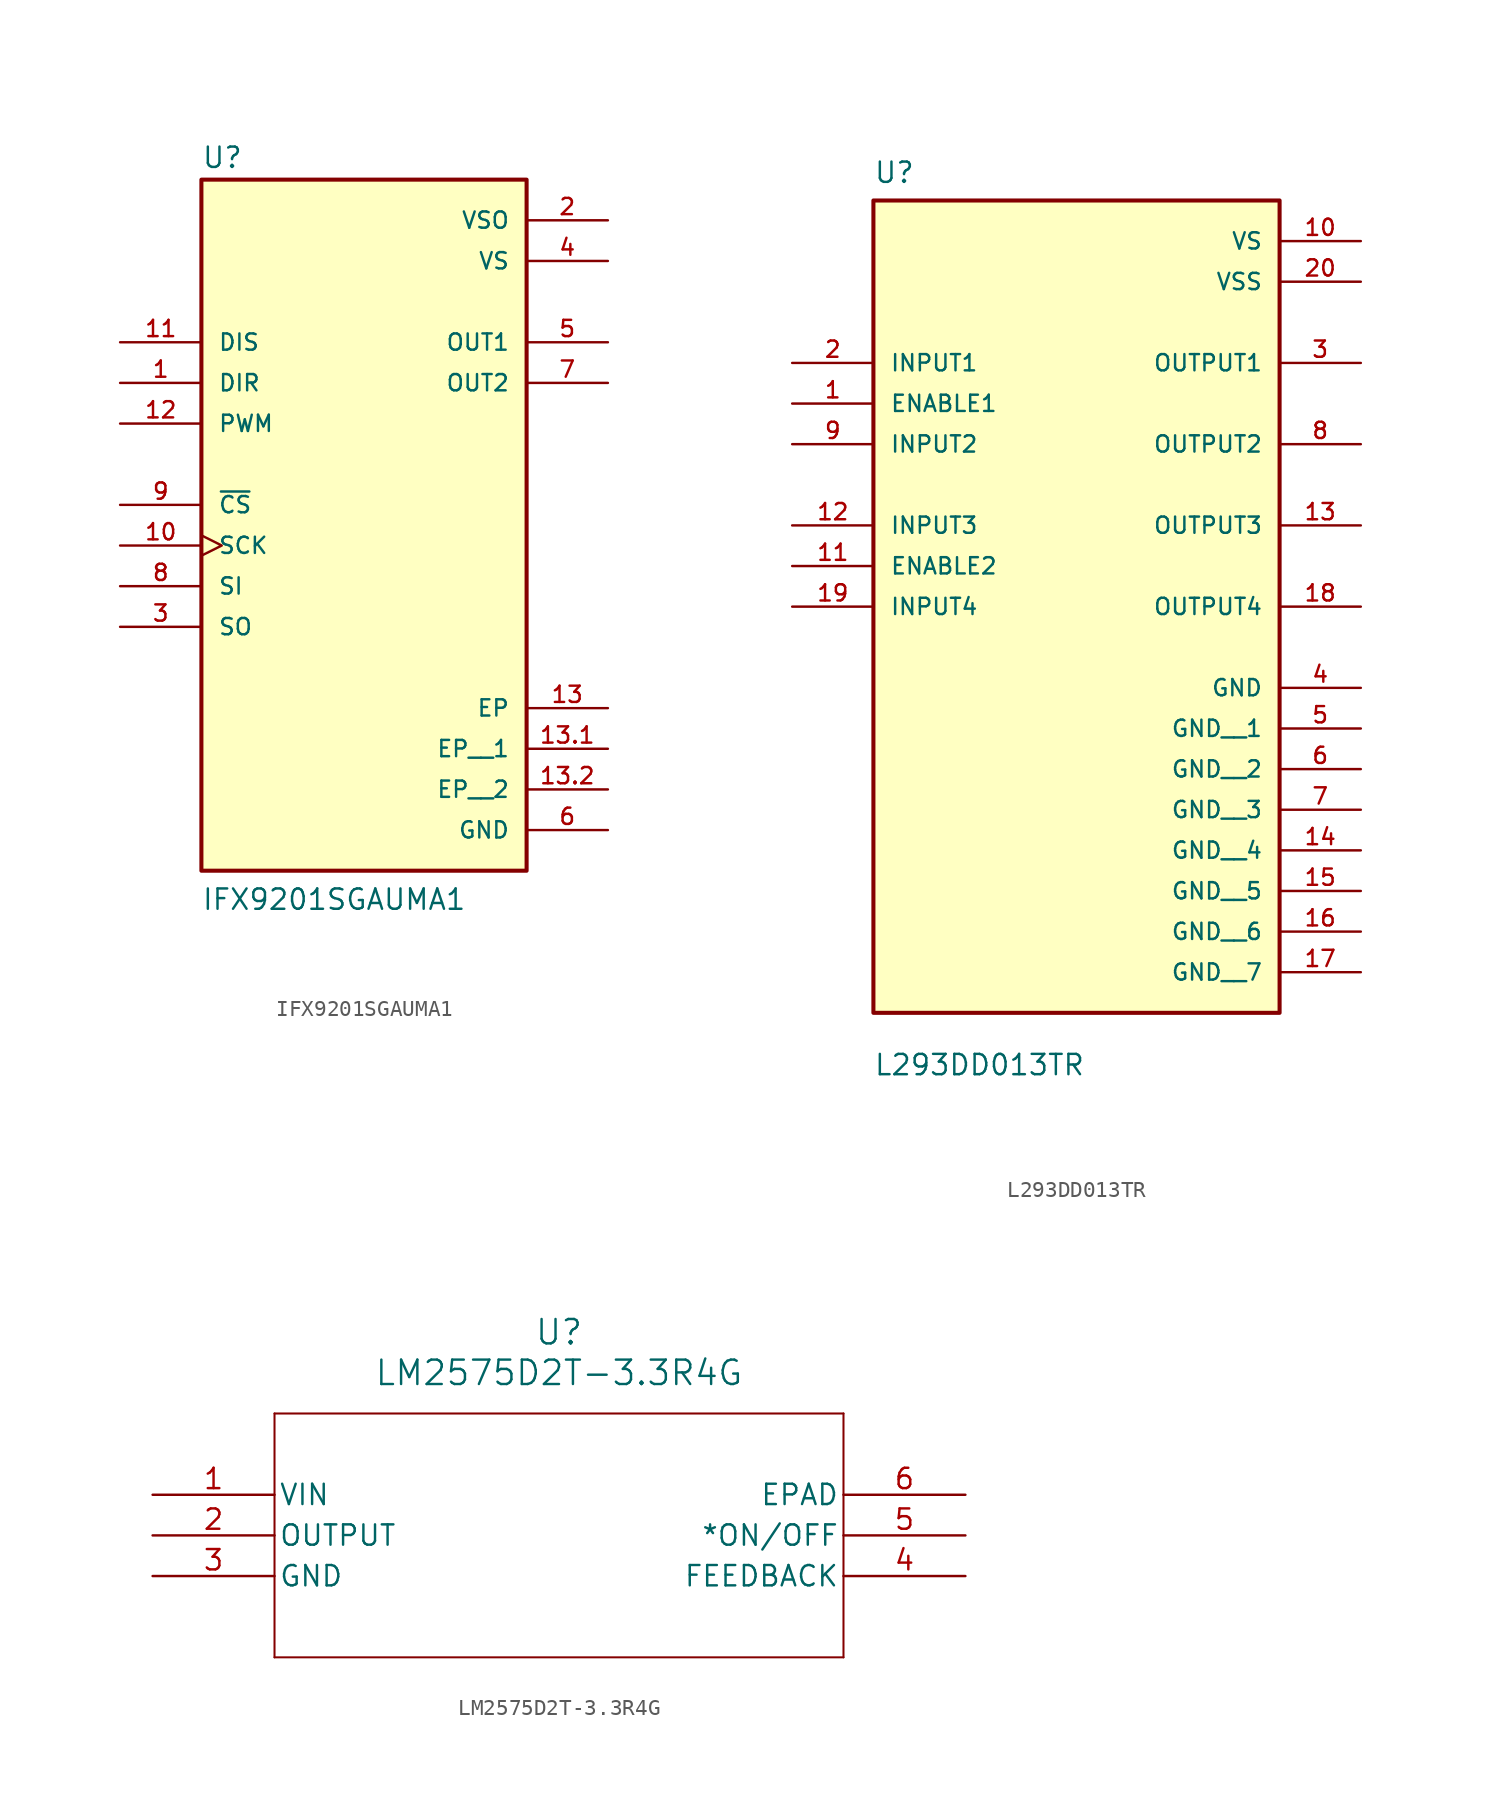
<source format=kicad_sym>
(kicad_symbol_lib
  (version 20241209)
  (generator "kicad_symbol_editor")
  (generator_version "9.0")
  (symbol "IFX9201SGAUMA1"
    (pin_names
      (offset 1.016))
    (property "Reference" "U"
      (at -10.16 20.955 0)
      (effects (font (size 1.27 1.27)) (justify left bottom)))
    (property "Value" "IFX9201SGAUMA1"
      (at -10.16 -25.4 0)
      (effects (font (size 1.27 1.27)) (justify left bottom)))
    (symbol "IFX9201SGAUMA1_0_0"
      (rectangle (start -10.16 -22.86) (end 10.16 20.32) (stroke (width 0.254) (type default)) (fill (type background)))
      (pin input line (at -15.24 10.16 0) (length 5.08) (name "DIS" (effects (font (size 1.016 1.016)))) (number "11" (effects (font (size 1.016 1.016)))))
      (pin input line (at -15.24 7.62 0) (length 5.08) (name "DIR" (effects (font (size 1.016 1.016)))) (number "1" (effects (font (size 1.016 1.016)))))
      (pin input line (at -15.24 5.08 0) (length 5.08) (name "PWM" (effects (font (size 1.016 1.016)))) (number "12" (effects (font (size 1.016 1.016)))))
      (pin input line (at -15.24 0 0) (length 5.08) (name "~{CS}" (effects (font (size 1.016 1.016)))) (number "9" (effects (font (size 1.016 1.016)))))
      (pin input clock (at -15.24 -2.54 0) (length 5.08) (name "SCK" (effects (font (size 1.016 1.016)))) (number "10" (effects (font (size 1.016 1.016)))))
      (pin input line (at -15.24 -5.08 0) (length 5.08) (name "SI" (effects (font (size 1.016 1.016)))) (number "8" (effects (font (size 1.016 1.016)))))
      (pin output line (at -15.24 -7.62 0) (length 5.08) (name "SO" (effects (font (size 1.016 1.016)))) (number "3" (effects (font (size 1.016 1.016)))))
      (pin power_in line (at 15.24 17.78 180) (length 5.08) (name "VSO" (effects (font (size 1.016 1.016)))) (number "2" (effects (font (size 1.016 1.016)))))
      (pin power_in line (at 15.24 15.24 180) (length 5.08) (name "VS" (effects (font (size 1.016 1.016)))) (number "4" (effects (font (size 1.016 1.016)))))
      (pin output line (at 15.24 10.16 180) (length 5.08) (name "OUT1" (effects (font (size 1.016 1.016)))) (number "5" (effects (font (size 1.016 1.016)))))
      (pin output line (at 15.24 7.62 180) (length 5.08) (name "OUT2" (effects (font (size 1.016 1.016)))) (number "7" (effects (font (size 1.016 1.016)))))
      (pin power_in line (at 15.24 -12.7 180) (length 5.08) (name "EP" (effects (font (size 1.016 1.016)))) (number "13" (effects (font (size 1.016 1.016)))))
      (pin power_in line (at 15.24 -15.24 180) (length 5.08) (name "EP__1" (effects (font (size 1.016 1.016)))) (number "13.1" (effects (font (size 1.016 1.016)))))
      (pin power_in line (at 15.24 -17.78 180) (length 5.08) (name "EP__2" (effects (font (size 1.016 1.016)))) (number "13.2" (effects (font (size 1.016 1.016)))))
      (pin power_in line (at 15.24 -20.32 180) (length 5.08) (name "GND" (effects (font (size 1.016 1.016)))) (number "6" (effects (font (size 1.016 1.016)))))))
  (symbol "L293DD013TR"
    (pin_names
      (offset 1.016))
    (property "Reference" "U"
      (at -12.7 16.24 0)
      (effects (font (size 1.27 1.27)) (justify left bottom)))
    (property "Value" "L293DD013TR"
      (at -12.7 -39.56 0)
      (effects (font (size 1.27 1.27)) (justify left bottom)))
    (symbol "L293DD013TR_0_0"
      (rectangle (start -12.7 -35.56) (end 12.7 15.24) (stroke (width 0.254) (type default)) (fill (type background)))
      (pin input line (at -17.78 5.08 0) (length 5.08) (name "INPUT1" (effects (font (size 1.016 1.016)))) (number "2" (effects (font (size 1.016 1.016)))))
      (pin input line (at -17.78 2.54 0) (length 5.08) (name "ENABLE1" (effects (font (size 1.016 1.016)))) (number "1" (effects (font (size 1.016 1.016)))))
      (pin input line (at -17.78 0 0) (length 5.08) (name "INPUT2" (effects (font (size 1.016 1.016)))) (number "9" (effects (font (size 1.016 1.016)))))
      (pin input line (at -17.78 -5.08 0) (length 5.08) (name "INPUT3" (effects (font (size 1.016 1.016)))) (number "12" (effects (font (size 1.016 1.016)))))
      (pin input line (at -17.78 -7.62 0) (length 5.08) (name "ENABLE2" (effects (font (size 1.016 1.016)))) (number "11" (effects (font (size 1.016 1.016)))))
      (pin input line (at -17.78 -10.16 0) (length 5.08) (name "INPUT4" (effects (font (size 1.016 1.016)))) (number "19" (effects (font (size 1.016 1.016)))))
      (pin power_in line (at 17.78 12.7 180) (length 5.08) (name "VS" (effects (font (size 1.016 1.016)))) (number "10" (effects (font (size 1.016 1.016)))))
      (pin power_in line (at 17.78 10.16 180) (length 5.08) (name "VSS" (effects (font (size 1.016 1.016)))) (number "20" (effects (font (size 1.016 1.016)))))
      (pin output line (at 17.78 5.08 180) (length 5.08) (name "OUTPUT1" (effects (font (size 1.016 1.016)))) (number "3" (effects (font (size 1.016 1.016)))))
      (pin output line (at 17.78 0 180) (length 5.08) (name "OUTPUT2" (effects (font (size 1.016 1.016)))) (number "8" (effects (font (size 1.016 1.016)))))
      (pin output line (at 17.78 -5.08 180) (length 5.08) (name "OUTPUT3" (effects (font (size 1.016 1.016)))) (number "13" (effects (font (size 1.016 1.016)))))
      (pin output line (at 17.78 -10.16 180) (length 5.08) (name "OUTPUT4" (effects (font (size 1.016 1.016)))) (number "18" (effects (font (size 1.016 1.016)))))
      (pin power_in line (at 17.78 -15.24 180) (length 5.08) (name "GND" (effects (font (size 1.016 1.016)))) (number "4" (effects (font (size 1.016 1.016)))))
      (pin power_in line (at 17.78 -17.78 180) (length 5.08) (name "GND__1" (effects (font (size 1.016 1.016)))) (number "5" (effects (font (size 1.016 1.016)))))
      (pin power_in line (at 17.78 -20.32 180) (length 5.08) (name "GND__2" (effects (font (size 1.016 1.016)))) (number "6" (effects (font (size 1.016 1.016)))))
      (pin power_in line (at 17.78 -22.86 180) (length 5.08) (name "GND__3" (effects (font (size 1.016 1.016)))) (number "7" (effects (font (size 1.016 1.016)))))
      (pin power_in line (at 17.78 -25.4 180) (length 5.08) (name "GND__4" (effects (font (size 1.016 1.016)))) (number "14" (effects (font (size 1.016 1.016)))))
      (pin power_in line (at 17.78 -27.94 180) (length 5.08) (name "GND__5" (effects (font (size 1.016 1.016)))) (number "15" (effects (font (size 1.016 1.016)))))
      (pin power_in line (at 17.78 -30.48 180) (length 5.08) (name "GND__6" (effects (font (size 1.016 1.016)))) (number "16" (effects (font (size 1.016 1.016)))))
      (pin power_in line (at 17.78 -33.02 180) (length 5.08) (name "GND__7" (effects (font (size 1.016 1.016)))) (number "17" (effects (font (size 1.016 1.016)))))))
  (symbol "LM2575D2T-3.3R4G"
    (pin_names
      (offset 0.254))
    (property "Reference" "U"
      (at 25.4 10.16 0)
      (effects (font (size 1.524 1.524))))
    (property "Value" "LM2575D2T-3.3R4G"
      (at 25.4 7.62 0)
      (effects (font (size 1.524 1.524))))
    (property "ki_locked" ""
      (at 0 0 0)
      (effects (font (size 1.27 1.27))))
    (symbol "LM2575D2T-3.3R4G_0_1"
      (polyline (pts (xy 7.62 5.08) (xy 7.62 -10.16)) (stroke (width 0.127) (type default)) (fill (type none)))
      (polyline (pts (xy 7.62 -10.16) (xy 43.18 -10.16)) (stroke (width 0.127) (type default)) (fill (type none)))
      (polyline (pts (xy 43.18 5.08) (xy 7.62 5.08)) (stroke (width 0.127) (type default)) (fill (type none)))
      (polyline (pts (xy 43.18 -10.16) (xy 43.18 5.08)) (stroke (width 0.127) (type default)) (fill (type none)))
      (pin input line (at 0 0 0) (length 7.62) (name "VIN" (effects (font (size 1.27 1.27)))) (number "1" (effects (font (size 1.27 1.27)))))
      (pin output line (at 0 -2.54 0) (length 7.62) (name "OUTPUT" (effects (font (size 1.27 1.27)))) (number "2" (effects (font (size 1.27 1.27)))))
      (pin power_in line (at 0 -5.08 0) (length 7.62) (name "GND" (effects (font (size 1.27 1.27)))) (number "3" (effects (font (size 1.27 1.27)))))
      (pin unspecified line (at 50.8 0 180) (length 7.62) (name "EPAD" (effects (font (size 1.27 1.27)))) (number "6" (effects (font (size 1.27 1.27)))))
      (pin input line (at 50.8 -2.54 180) (length 7.62) (name "*ON/OFF" (effects (font (size 1.27 1.27)))) (number "5" (effects (font (size 1.27 1.27)))))
      (pin output line (at 50.8 -5.08 180) (length 7.62) (name "FEEDBACK" (effects (font (size 1.27 1.27)))) (number "4" (effects (font (size 1.27 1.27))))))))
</source>
